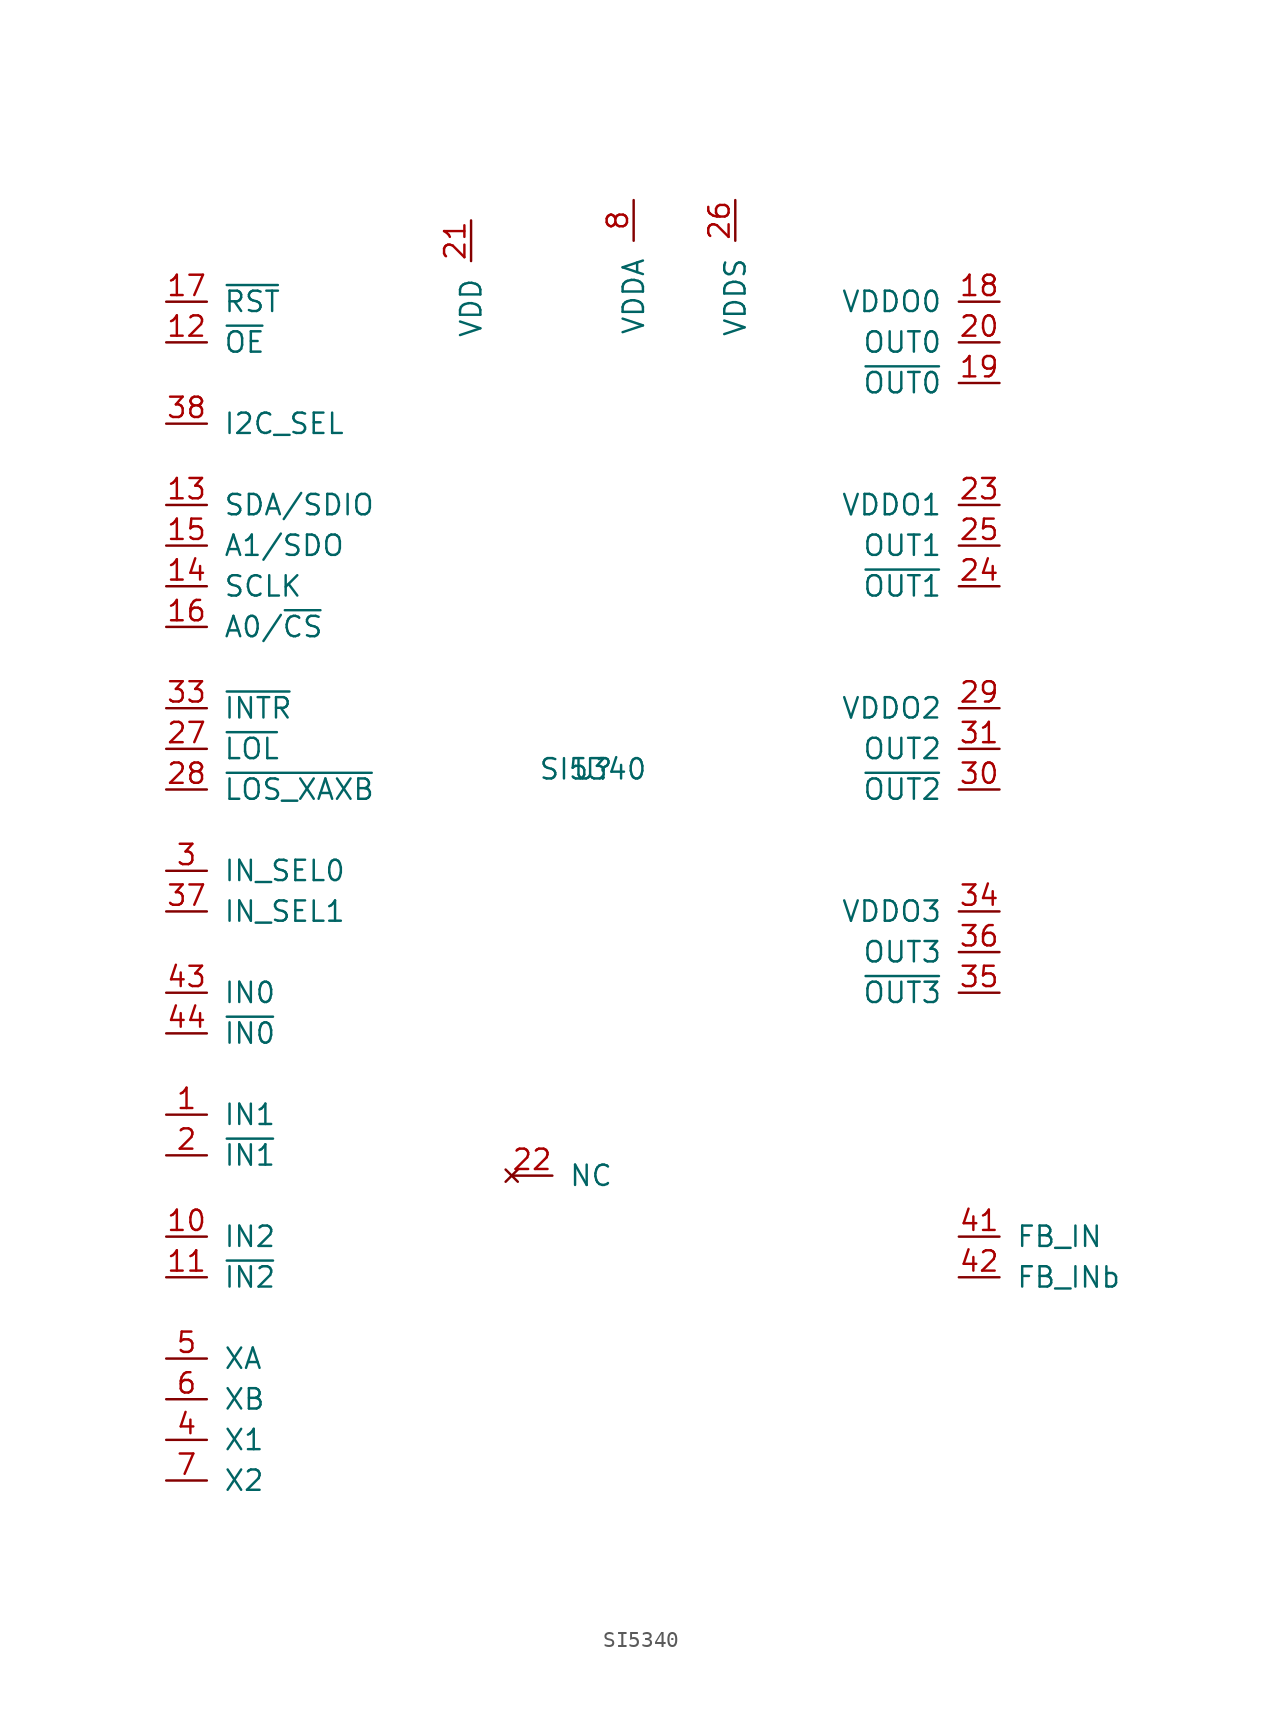
<source format=kicad_sym>
(kicad_symbol_lib
  (version 20211014)
  (generator kicad_symbol_editor)
  (symbol "SI5340"
    (pin_names
      (offset 1.016))
    (property "Reference" "U"
      (at 0 0 0)
      (effects (font (size 1.27 1.27))))
    (property "Value" "SI5340"
      (at 0 0 0)
      (effects (font (size 1.27 1.27))))
    (symbol "SI5340_1_1"
      (pin input line (at -26.67 -21.59 0) (length 2.54) (name "IN1" (effects (font (size 1.27 1.27)))) (number "1" (effects (font (size 1.27 1.27)))))
      (pin input line (at -26.67 -29.21 0) (length 2.54) (name "IN2" (effects (font (size 1.27 1.27)))) (number "10" (effects (font (size 1.27 1.27)))))
      (pin input line (at -26.67 -31.75 0) (length 2.54) (name "~{IN2}" (effects (font (size 1.27 1.27)))) (number "11" (effects (font (size 1.27 1.27)))))
      (pin input line (at -26.67 26.67 0) (length 2.54) (name "~{OE}" (effects (font (size 1.27 1.27)))) (number "12" (effects (font (size 1.27 1.27)))))
      (pin bidirectional line (at -26.67 16.51 0) (length 2.54) (name "SDA/SDIO" (effects (font (size 1.27 1.27)))) (number "13" (effects (font (size 1.27 1.27)))))
      (pin input line (at -26.67 11.43 0) (length 2.54) (name "SCLK" (effects (font (size 1.27 1.27)))) (number "14" (effects (font (size 1.27 1.27)))))
      (pin bidirectional line (at -26.67 13.97 0) (length 2.54) (name "A1/SDO" (effects (font (size 1.27 1.27)))) (number "15" (effects (font (size 1.27 1.27)))))
      (pin input line (at -26.67 8.89 0) (length 2.54) (name "A0/~{CS}" (effects (font (size 1.27 1.27)))) (number "16" (effects (font (size 1.27 1.27)))))
      (pin input line (at -26.67 29.21 0) (length 2.54) (name "~{RST}" (effects (font (size 1.27 1.27)))) (number "17" (effects (font (size 1.27 1.27)))))
      (pin power_in line (at 25.4 29.21 180) (length 2.54) (name "VDDO0" (effects (font (size 1.27 1.27)))) (number "18" (effects (font (size 1.27 1.27)))))
      (pin output line (at 25.4 24.13 180) (length 2.54) (name "~{OUT0}" (effects (font (size 1.27 1.27)))) (number "19" (effects (font (size 1.27 1.27)))))
      (pin input line (at -26.67 -24.13 0) (length 2.54) (name "~{IN1}" (effects (font (size 1.27 1.27)))) (number "2" (effects (font (size 1.27 1.27)))))
      (pin output line (at 25.4 26.67 180) (length 2.54) (name "OUT0" (effects (font (size 1.27 1.27)))) (number "20" (effects (font (size 1.27 1.27)))))
      (pin power_in line (at -7.62 34.29 270) (length 2.54) (name "VDD" (effects (font (size 1.27 1.27)))) (number "21" (effects (font (size 1.27 1.27)))))
      (pin no_connect line (at -5.08 -25.4 0) (length 2.54) (name "NC" (effects (font (size 1.27 1.27)))) (number "22" (effects (font (size 1.27 1.27)))))
      (pin power_in line (at 25.4 16.51 180) (length 2.54) (name "VDDO1" (effects (font (size 1.27 1.27)))) (number "23" (effects (font (size 1.27 1.27)))))
      (pin output line (at 25.4 11.43 180) (length 2.54) (name "~{OUT1}" (effects (font (size 1.27 1.27)))) (number "24" (effects (font (size 1.27 1.27)))))
      (pin output line (at 25.4 13.97 180) (length 2.54) (name "OUT1" (effects (font (size 1.27 1.27)))) (number "25" (effects (font (size 1.27 1.27)))))
      (pin power_in line (at 8.89 35.56 270) (length 2.54) (name "VDDS" (effects (font (size 1.27 1.27)))) (number "26" (effects (font (size 1.27 1.27)))))
      (pin output line (at -26.67 1.27 0) (length 2.54) (name "~{LOL}" (effects (font (size 1.27 1.27)))) (number "27" (effects (font (size 1.27 1.27)))))
      (pin output line (at -26.67 -1.27 0) (length 2.54) (name "~{LOS_XAXB}" (effects (font (size 1.27 1.27)))) (number "28" (effects (font (size 1.27 1.27)))))
      (pin power_in line (at 25.4 3.81 180) (length 2.54) (name "VDDO2" (effects (font (size 1.27 1.27)))) (number "29" (effects (font (size 1.27 1.27)))))
      (pin input line (at -26.67 -6.35 0) (length 2.54) (name "IN_SEL0" (effects (font (size 1.27 1.27)))) (number "3" (effects (font (size 1.27 1.27)))))
      (pin output line (at 25.4 -1.27 180) (length 2.54) (name "~{OUT2}" (effects (font (size 1.27 1.27)))) (number "30" (effects (font (size 1.27 1.27)))))
      (pin output line (at 25.4 1.27 180) (length 2.54) (name "OUT2" (effects (font (size 1.27 1.27)))) (number "31" (effects (font (size 1.27 1.27)))))
      (pin passive line (at -7.62 34.29 270) (length 2.54) hide (name "VDD" (effects (font (size 1.27 1.27)))) (number "32" (effects (font (size 1.27 1.27)))))
      (pin output line (at -26.67 3.81 0) (length 2.54) (name "~{INTR}" (effects (font (size 1.27 1.27)))) (number "33" (effects (font (size 1.27 1.27)))))
      (pin power_in line (at 25.4 -8.89 180) (length 2.54) (name "VDDO3" (effects (font (size 1.27 1.27)))) (number "34" (effects (font (size 1.27 1.27)))))
      (pin output line (at 25.4 -13.97 180) (length 2.54) (name "~{OUT3}" (effects (font (size 1.27 1.27)))) (number "35" (effects (font (size 1.27 1.27)))))
      (pin output line (at 25.4 -11.43 180) (length 2.54) (name "OUT3" (effects (font (size 1.27 1.27)))) (number "36" (effects (font (size 1.27 1.27)))))
      (pin input line (at -26.67 -8.89 0) (length 2.54) (name "IN_SEL1" (effects (font (size 1.27 1.27)))) (number "37" (effects (font (size 1.27 1.27)))))
      (pin input line (at -26.67 21.59 0) (length 2.54) (name "I2C_SEL" (effects (font (size 1.27 1.27)))) (number "38" (effects (font (size 1.27 1.27)))))
      (pin passive line (at -7.62 34.29 270) (length 2.54) hide (name "VDD" (effects (font (size 1.27 1.27)))) (number "39" (effects (font (size 1.27 1.27)))))
      (pin input line (at -26.67 -41.91 0) (length 2.54) (name "X1" (effects (font (size 1.27 1.27)))) (number "4" (effects (font (size 1.27 1.27)))))
      (pin passive line (at -7.62 34.29 270) (length 2.54) hide (name "VDD" (effects (font (size 1.27 1.27)))) (number "40" (effects (font (size 1.27 1.27)))))
      (pin input line (at 22.86 -29.21 0) (length 2.54) (name "FB_IN" (effects (font (size 1.27 1.27)))) (number "41" (effects (font (size 1.27 1.27)))))
      (pin input line (at 22.86 -31.75 0) (length 2.54) (name "FB_INb" (effects (font (size 1.27 1.27)))) (number "42" (effects (font (size 1.27 1.27)))))
      (pin input line (at -26.67 -13.97 0) (length 2.54) (name "IN0" (effects (font (size 1.27 1.27)))) (number "43" (effects (font (size 1.27 1.27)))))
      (pin input line (at -26.67 -16.51 0) (length 2.54) (name "~{IN0}" (effects (font (size 1.27 1.27)))) (number "44" (effects (font (size 1.27 1.27)))))
      (pin input line (at -26.67 -36.83 0) (length 2.54) (name "XA" (effects (font (size 1.27 1.27)))) (number "5" (effects (font (size 1.27 1.27)))))
      (pin input line (at -26.67 -39.37 0) (length 2.54) (name "XB" (effects (font (size 1.27 1.27)))) (number "6" (effects (font (size 1.27 1.27)))))
      (pin input line (at -26.67 -44.45 0) (length 2.54) (name "X2" (effects (font (size 1.27 1.27)))) (number "7" (effects (font (size 1.27 1.27)))))
      (pin power_in line (at 2.54 35.56 270) (length 2.54) (name "VDDA" (effects (font (size 1.27 1.27)))) (number "8" (effects (font (size 1.27 1.27)))))
      (pin passive line (at 2.54 35.56 270) (length 2.54) hide (name "VDDA" (effects (font (size 1.27 1.27)))) (number "9" (effects (font (size 1.27 1.27))))))))
</source>
